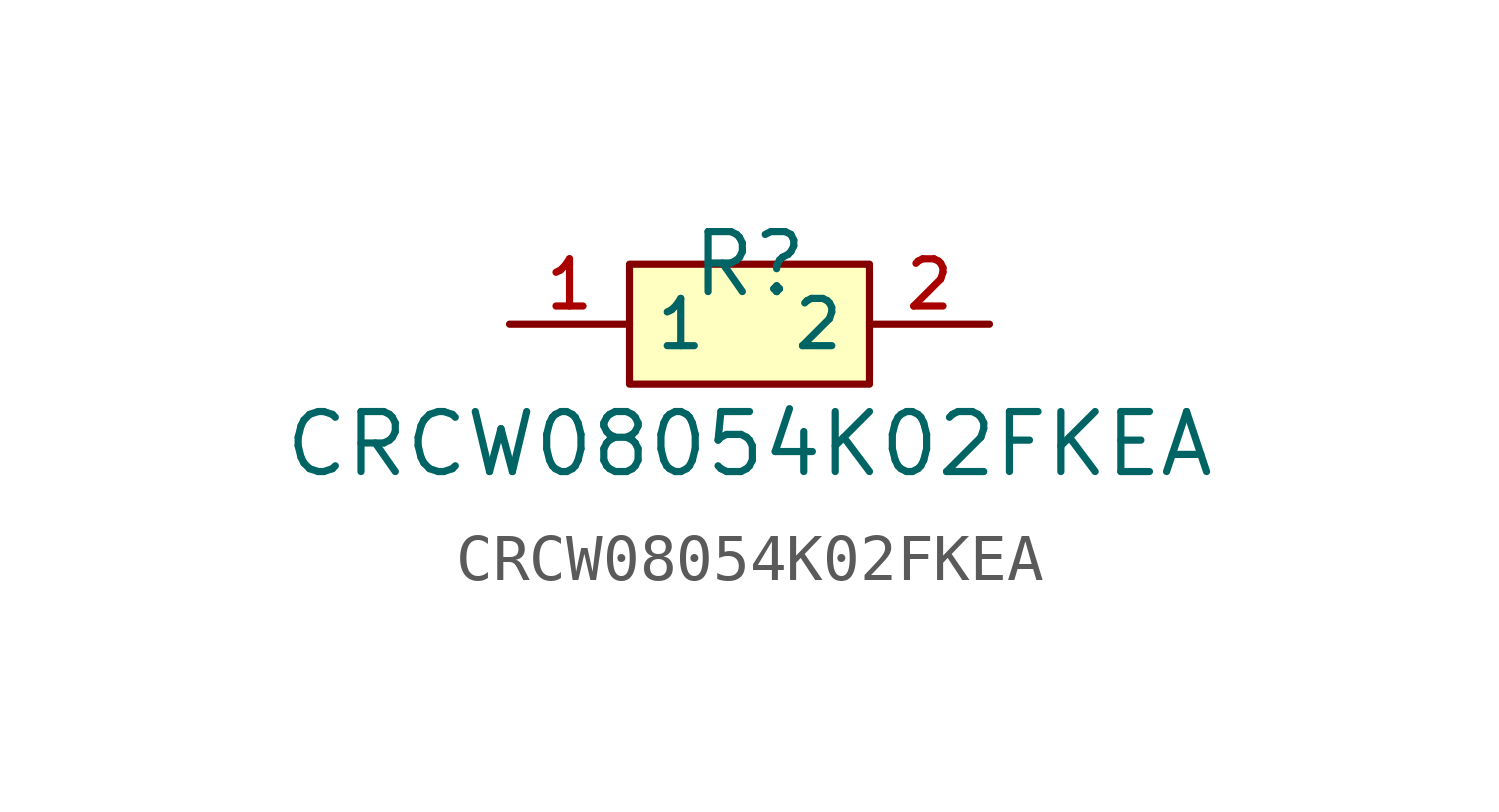
<source format=kicad_sym>
(kicad_symbol_lib
  (version 20210201)
  (generator TousstNicolas/JLC2KiCad_lib)
  (symbol "CRCW08054K02FKEA"
    (property "Reference" "R"
      (at 0 1.27 0)
      (effects (font (size 1.27 1.27))))
    (property "Value" "CRCW08054K02FKEA"
      (at 0 -2.54 0)
      (effects (font (size 1.27 1.27))))
    (symbol "CRCW08054K02FKEA_0_1"
      (rectangle (start -2.54 1.27) (end 2.54 -1.27) (stroke (width 0) (type default) (color 0 0 0 0)) (fill (type background)))
      (pin unspecified line (at 5.08 -0.0 180) (length 2.54) (name "2" (effects (font (size 1 1)))) (number "2" (effects (font (size 1 1)))))
      (pin unspecified line (at -5.08 -0.0 0) (length 2.54) (name "1" (effects (font (size 1 1)))) (number "1" (effects (font (size 1 1))))))))
</source>
